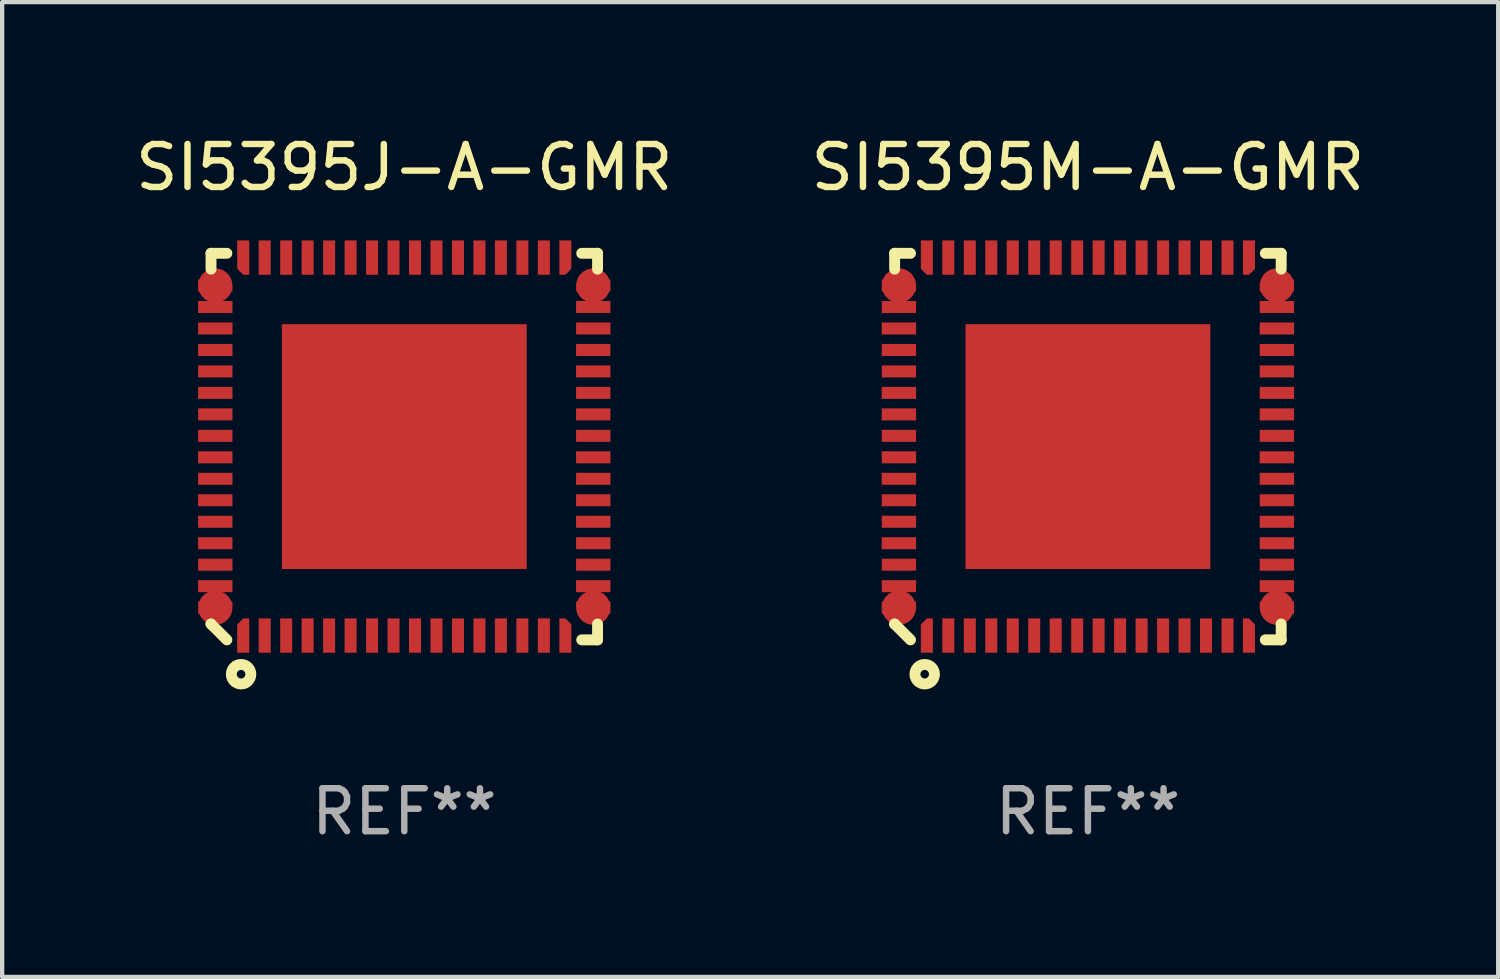
<source format=kicad_pcb>
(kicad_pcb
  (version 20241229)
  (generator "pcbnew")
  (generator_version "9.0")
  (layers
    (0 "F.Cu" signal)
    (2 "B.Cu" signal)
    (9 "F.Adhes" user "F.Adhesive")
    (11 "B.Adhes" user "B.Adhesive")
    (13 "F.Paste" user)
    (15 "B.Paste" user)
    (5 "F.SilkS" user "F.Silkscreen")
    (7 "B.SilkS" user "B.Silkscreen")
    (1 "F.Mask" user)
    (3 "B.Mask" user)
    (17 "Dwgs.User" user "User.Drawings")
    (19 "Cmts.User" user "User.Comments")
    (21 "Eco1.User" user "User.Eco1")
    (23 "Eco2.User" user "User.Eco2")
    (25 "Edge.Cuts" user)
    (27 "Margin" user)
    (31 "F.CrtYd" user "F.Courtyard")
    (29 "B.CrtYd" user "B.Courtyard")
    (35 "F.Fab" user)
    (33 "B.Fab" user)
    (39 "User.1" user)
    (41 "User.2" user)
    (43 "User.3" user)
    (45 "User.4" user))
  (footprint "SI5395M-A-GMR"
    (layer "F.Cu")
    (at 22.28 7.348)
    (property "Reference" "SI5395M-A-GMR" (at 0 -6.5 0) (layer "F.SilkS") (effects (font (size 1 1) (thickness 0.15))))
    (attr through_hole)
    (fp_line (start -4.5 -4.5) (end -4.5 -4.131) (stroke (width 0.254) (type solid)) (layer "F.SilkS"))
    (fp_line (start -4.5 4.131) (end -4.5 4.131) (stroke (width 0.254) (type solid)) (layer "F.SilkS"))
    (fp_line (start -4.5 4.131) (end -4.131 4.5) (stroke (width 0.254) (type solid)) (layer "F.SilkS"))
    (fp_line (start -4.131 -4.5) (end -4.5 -4.5) (stroke (width 0.254) (type solid)) (layer "F.SilkS"))
    (fp_line (start 4.131 4.5) (end 4.5 4.5) (stroke (width 0.254) (type solid)) (layer "F.SilkS"))
    (fp_line (start 4.5 -4.5) (end 4.131 -4.5) (stroke (width 0.254) (type solid)) (layer "F.SilkS"))
    (fp_line (start 4.5 -4.131) (end 4.5 -4.5) (stroke (width 0.254) (type solid)) (layer "F.SilkS"))
    (fp_line (start 4.5 4.5) (end 4.5 4.131) (stroke (width 0.254) (type solid)) (layer "F.SilkS"))
    (fp_circle (center -3.8 5.3) (end -3.7 5.3) (stroke (width 0.254) (type solid)) (fill no) (layer "F.SilkS"))
    (fp_text user "REF**" (at 0 8.5 0) (layer "F.Fab") (effects (font (size 1 1) (thickness 0.15))))
    (pad "1" smd custom (at -3.75 4.4) (size 0.28 0.8) (layers "F.Cu" "F.Mask" "F.Paste") (options (anchor circle)) (primitives (gr_poly (pts (xy -0.14 -0.26) (xy 0 -0.4) (xy 0.14 -0.4) (xy 0.14 0.4) (xy -0.14 0.4)) (width 0) (fill yes))))
    (pad "2" smd rect (at -3.25 4.4) (size 0.28 0.8) (layers "F.Cu" "F.Mask" "F.Paste"))
    (pad "3" smd rect (at -2.75 4.4) (size 0.28 0.8) (layers "F.Cu" "F.Mask" "F.Paste"))
    (pad "4" smd rect (at -2.25 4.4) (size 0.28 0.8) (layers "F.Cu" "F.Mask" "F.Paste"))
    (pad "5" smd rect (at -1.75 4.4) (size 0.28 0.8) (layers "F.Cu" "F.Mask" "F.Paste"))
    (pad "6" smd rect (at -1.25 4.4) (size 0.28 0.8) (layers "F.Cu" "F.Mask" "F.Paste"))
    (pad "7" smd rect (at -0.75 4.4) (size 0.28 0.8) (layers "F.Cu" "F.Mask" "F.Paste"))
    (pad "8" smd rect (at -0.25 4.4) (size 0.28 0.8) (layers "F.Cu" "F.Mask" "F.Paste"))
    (pad "9" smd rect (at 0.25 4.4) (size 0.28 0.8) (layers "F.Cu" "F.Mask" "F.Paste"))
    (pad "10" smd rect (at 0.75 4.4) (size 0.28 0.8) (layers "F.Cu" "F.Mask" "F.Paste"))
    (pad "11" smd rect (at 1.25 4.4) (size 0.28 0.8) (layers "F.Cu" "F.Mask" "F.Paste"))
    (pad "12" smd rect (at 1.75 4.4) (size 0.28 0.8) (layers "F.Cu" "F.Mask" "F.Paste"))
    (pad "13" smd rect (at 2.25 4.4) (size 0.28 0.8) (layers "F.Cu" "F.Mask" "F.Paste"))
    (pad "14" smd rect (at 2.75 4.4) (size 0.28 0.8) (layers "F.Cu" "F.Mask" "F.Paste"))
    (pad "15" smd rect (at 3.25 4.4) (size 0.28 0.8) (layers "F.Cu" "F.Mask" "F.Paste"))
    (pad "16" smd custom (at 3.75 4.4) (size 0.28 0.8) (layers "F.Cu" "F.Mask" "F.Paste") (options (anchor circle)) (primitives (gr_poly (pts (xy -0.14 -0.4) (xy 0 -0.4) (xy 0.14 -0.26) (xy 0.14 0.4) (xy -0.14 0.4)) (width 0) (fill yes))))
    (pad "17" smd custom (at 4.4 3.75) (size 0.8 0.28) (layers "F.Cu" "F.Mask" "F.Paste") (options (anchor circle)) (primitives (gr_poly (pts (xy -0.4 -0.14) (xy 0.4 -0.14) (xy 0.4 0.14) (xy -0.26 0.14) (xy -0.4 0)) (width 0) (fill yes))))
    (pad "18" smd rect (at 4.4 3.25) (size 0.8 0.28) (layers "F.Cu" "F.Mask" "F.Paste"))
    (pad "19" smd rect (at 4.4 2.75) (size 0.8 0.28) (layers "F.Cu" "F.Mask" "F.Paste"))
    (pad "20" smd rect (at 4.4 2.25) (size 0.8 0.28) (layers "F.Cu" "F.Mask" "F.Paste"))
    (pad "21" smd rect (at 4.4 1.75) (size 0.8 0.28) (layers "F.Cu" "F.Mask" "F.Paste"))
    (pad "22" smd rect (at 4.4 1.25) (size 0.8 0.28) (layers "F.Cu" "F.Mask" "F.Paste"))
    (pad "23" smd rect (at 4.4 0.75) (size 0.8 0.28) (layers "F.Cu" "F.Mask" "F.Paste"))
    (pad "24" smd rect (at 4.4 0.25) (size 0.8 0.28) (layers "F.Cu" "F.Mask" "F.Paste"))
    (pad "25" smd rect (at 4.4 -0.25) (size 0.8 0.28) (layers "F.Cu" "F.Mask" "F.Paste"))
    (pad "26" smd rect (at 4.4 -0.75) (size 0.8 0.28) (layers "F.Cu" "F.Mask" "F.Paste"))
    (pad "27" smd rect (at 4.4 -1.25) (size 0.8 0.28) (layers "F.Cu" "F.Mask" "F.Paste"))
    (pad "28" smd rect (at 4.4 -1.75) (size 0.8 0.28) (layers "F.Cu" "F.Mask" "F.Paste"))
    (pad "29" smd rect (at 4.4 -2.25) (size 0.8 0.28) (layers "F.Cu" "F.Mask" "F.Paste"))
    (pad "30" smd rect (at 4.4 -2.75) (size 0.8 0.28) (layers "F.Cu" "F.Mask" "F.Paste"))
    (pad "31" smd rect (at 4.4 -3.25) (size 0.8 0.28) (layers "F.Cu" "F.Mask" "F.Paste"))
    (pad "32" smd custom (at 4.4 -3.75) (size 0.8 0.28) (layers "F.Cu" "F.Mask" "F.Paste") (options (anchor circle)) (primitives (gr_poly (pts (xy -0.4 0) (xy -0.26 -0.14) (xy 0.4 -0.14) (xy 0.4 0.14) (xy -0.4 0.14)) (width 0) (fill yes))))
    (pad "33" smd custom (at 3.75 -4.4) (size 0.28 0.8) (layers "F.Cu" "F.Mask" "F.Paste") (options (anchor circle)) (primitives (gr_poly (pts (xy -0.14 -0.4) (xy 0.14 -0.4) (xy 0.14 0.26) (xy 0 0.4) (xy -0.14 0.4)) (width 0) (fill yes))))
    (pad "34" smd rect (at 3.25 -4.4) (size 0.28 0.8) (layers "F.Cu" "F.Mask" "F.Paste"))
    (pad "35" smd rect (at 2.75 -4.4) (size 0.28 0.8) (layers "F.Cu" "F.Mask" "F.Paste"))
    (pad "36" smd rect (at 2.25 -4.4) (size 0.28 0.8) (layers "F.Cu" "F.Mask" "F.Paste"))
    (pad "37" smd rect (at 1.75 -4.4) (size 0.28 0.8) (layers "F.Cu" "F.Mask" "F.Paste"))
    (pad "38" smd rect (at 1.25 -4.4) (size 0.28 0.8) (layers "F.Cu" "F.Mask" "F.Paste"))
    (pad "39" smd rect (at 0.75 -4.4) (size 0.28 0.8) (layers "F.Cu" "F.Mask" "F.Paste"))
    (pad "40" smd rect (at 0.25 -4.4) (size 0.28 0.8) (layers "F.Cu" "F.Mask" "F.Paste"))
    (pad "41" smd rect (at -0.25 -4.4) (size 0.28 0.8) (layers "F.Cu" "F.Mask" "F.Paste"))
    (pad "42" smd rect (at -0.75 -4.4) (size 0.28 0.8) (layers "F.Cu" "F.Mask" "F.Paste"))
    (pad "43" smd rect (at -1.25 -4.4) (size 0.28 0.8) (layers "F.Cu" "F.Mask" "F.Paste"))
    (pad "44" smd rect (at -1.75 -4.4) (size 0.28 0.8) (layers "F.Cu" "F.Mask" "F.Paste"))
    (pad "45" smd rect (at -2.25 -4.4) (size 0.28 0.8) (layers "F.Cu" "F.Mask" "F.Paste"))
    (pad "46" smd rect (at -2.75 -4.4) (size 0.28 0.8) (layers "F.Cu" "F.Mask" "F.Paste"))
    (pad "47" smd rect (at -3.25 -4.4) (size 0.28 0.8) (layers "F.Cu" "F.Mask" "F.Paste"))
    (pad "48" smd custom (at -3.75 -4.4) (size 0.28 0.8) (layers "F.Cu" "F.Mask" "F.Paste") (options (anchor circle)) (primitives (gr_poly (pts (xy -0.14 -0.4) (xy 0.14 -0.4) (xy 0.14 0.4) (xy 0 0.4) (xy -0.14 0.26)) (width 0) (fill yes))))
    (pad "49" smd custom (at -4.4 -3.75) (size 0.8 0.28) (layers "F.Cu" "F.Mask" "F.Paste") (options (anchor circle)) (primitives (gr_poly (pts (xy -0.4 -0.14) (xy 0.26 -0.14) (xy 0.4 0) (xy 0.4 0.14) (xy -0.4 0.14)) (width 0) (fill yes))))
    (pad "50" smd rect (at -4.4 -3.25) (size 0.8 0.28) (layers "F.Cu" "F.Mask" "F.Paste"))
    (pad "51" smd rect (at -4.4 -2.75) (size 0.8 0.28) (layers "F.Cu" "F.Mask" "F.Paste"))
    (pad "52" smd rect (at -4.4 -2.25) (size 0.8 0.28) (layers "F.Cu" "F.Mask" "F.Paste"))
    (pad "53" smd rect (at -4.4 -1.75) (size 0.8 0.28) (layers "F.Cu" "F.Mask" "F.Paste"))
    (pad "54" smd rect (at -4.4 -1.25) (size 0.8 0.28) (layers "F.Cu" "F.Mask" "F.Paste"))
    (pad "55" smd rect (at -4.4 -0.75) (size 0.8 0.28) (layers "F.Cu" "F.Mask" "F.Paste"))
    (pad "56" smd rect (at -4.4 -0.25) (size 0.8 0.28) (layers "F.Cu" "F.Mask" "F.Paste"))
    (pad "57" smd rect (at -4.4 0.25) (size 0.8 0.28) (layers "F.Cu" "F.Mask" "F.Paste"))
    (pad "58" smd rect (at -4.4 0.75) (size 0.8 0.28) (layers "F.Cu" "F.Mask" "F.Paste"))
    (pad "59" smd rect (at -4.4 1.25) (size 0.8 0.28) (layers "F.Cu" "F.Mask" "F.Paste"))
    (pad "60" smd rect (at -4.4 1.75) (size 0.8 0.28) (layers "F.Cu" "F.Mask" "F.Paste"))
    (pad "61" smd rect (at -4.4 2.25) (size 0.8 0.28) (layers "F.Cu" "F.Mask" "F.Paste"))
    (pad "62" smd rect (at -4.4 2.75) (size 0.8 0.28) (layers "F.Cu" "F.Mask" "F.Paste"))
    (pad "63" smd rect (at -4.4 3.25) (size 0.8 0.28) (layers "F.Cu" "F.Mask" "F.Paste"))
    (pad "64" smd custom (at -4.4 3.75) (size 0.8 0.28) (layers "F.Cu" "F.Mask" "F.Paste") (options (anchor circle)) (primitives (gr_poly (pts (xy -0.4 -0.14) (xy 0.4 -0.14) (xy 0.4 0) (xy 0.26 0.14) (xy -0.4 0.14)) (width 0) (fill yes))))
    (pad "65" smd rect (at 0.000152 0.000114) (size 5.7 5.7) (layers "F.Cu" "F.Mask" "F.Paste")))
  (footprint "SI5395J-A-GMR"
    (layer "F.Cu")
    (at 6.363 7.348)
    (property "Reference" "SI5395J-A-GMR" (at 0 -6.5 0) (layer "F.SilkS") (effects (font (size 1 1) (thickness 0.15))))
    (attr through_hole)
    (fp_line (start -4.5 -4.5) (end -4.5 -4.131) (stroke (width 0.254) (type solid)) (layer "F.SilkS"))
    (fp_line (start -4.5 4.131) (end -4.5 4.131) (stroke (width 0.254) (type solid)) (layer "F.SilkS"))
    (fp_line (start -4.5 4.131) (end -4.131 4.5) (stroke (width 0.254) (type solid)) (layer "F.SilkS"))
    (fp_line (start -4.131 -4.5) (end -4.5 -4.5) (stroke (width 0.254) (type solid)) (layer "F.SilkS"))
    (fp_line (start 4.131 4.5) (end 4.5 4.5) (stroke (width 0.254) (type solid)) (layer "F.SilkS"))
    (fp_line (start 4.5 -4.5) (end 4.131 -4.5) (stroke (width 0.254) (type solid)) (layer "F.SilkS"))
    (fp_line (start 4.5 -4.131) (end 4.5 -4.5) (stroke (width 0.254) (type solid)) (layer "F.SilkS"))
    (fp_line (start 4.5 4.5) (end 4.5 4.131) (stroke (width 0.254) (type solid)) (layer "F.SilkS"))
    (fp_circle (center -3.8 5.3) (end -3.7 5.3) (stroke (width 0.254) (type solid)) (fill no) (layer "F.SilkS"))
    (fp_text user "REF**" (at 0 8.5 0) (layer "F.Fab") (effects (font (size 1 1) (thickness 0.15))))
    (pad "1" smd custom (at -3.75 4.4) (size 0.28 0.8) (layers "F.Cu" "F.Mask" "F.Paste") (options (anchor circle)) (primitives (gr_poly (pts (xy -0.14 -0.26) (xy 0 -0.4) (xy 0.14 -0.4) (xy 0.14 0.4) (xy -0.14 0.4)) (width 0) (fill yes))))
    (pad "2" smd rect (at -3.25 4.4) (size 0.28 0.8) (layers "F.Cu" "F.Mask" "F.Paste"))
    (pad "3" smd rect (at -2.75 4.4) (size 0.28 0.8) (layers "F.Cu" "F.Mask" "F.Paste"))
    (pad "4" smd rect (at -2.25 4.4) (size 0.28 0.8) (layers "F.Cu" "F.Mask" "F.Paste"))
    (pad "5" smd rect (at -1.75 4.4) (size 0.28 0.8) (layers "F.Cu" "F.Mask" "F.Paste"))
    (pad "6" smd rect (at -1.25 4.4) (size 0.28 0.8) (layers "F.Cu" "F.Mask" "F.Paste"))
    (pad "7" smd rect (at -0.75 4.4) (size 0.28 0.8) (layers "F.Cu" "F.Mask" "F.Paste"))
    (pad "8" smd rect (at -0.25 4.4) (size 0.28 0.8) (layers "F.Cu" "F.Mask" "F.Paste"))
    (pad "9" smd rect (at 0.25 4.4) (size 0.28 0.8) (layers "F.Cu" "F.Mask" "F.Paste"))
    (pad "10" smd rect (at 0.75 4.4) (size 0.28 0.8) (layers "F.Cu" "F.Mask" "F.Paste"))
    (pad "11" smd rect (at 1.25 4.4) (size 0.28 0.8) (layers "F.Cu" "F.Mask" "F.Paste"))
    (pad "12" smd rect (at 1.75 4.4) (size 0.28 0.8) (layers "F.Cu" "F.Mask" "F.Paste"))
    (pad "13" smd rect (at 2.25 4.4) (size 0.28 0.8) (layers "F.Cu" "F.Mask" "F.Paste"))
    (pad "14" smd rect (at 2.75 4.4) (size 0.28 0.8) (layers "F.Cu" "F.Mask" "F.Paste"))
    (pad "15" smd rect (at 3.25 4.4) (size 0.28 0.8) (layers "F.Cu" "F.Mask" "F.Paste"))
    (pad "16" smd custom (at 3.75 4.4) (size 0.28 0.8) (layers "F.Cu" "F.Mask" "F.Paste") (options (anchor circle)) (primitives (gr_poly (pts (xy -0.14 -0.4) (xy 0 -0.4) (xy 0.14 -0.26) (xy 0.14 0.4) (xy -0.14 0.4)) (width 0) (fill yes))))
    (pad "17" smd custom (at 4.4 3.75) (size 0.8 0.28) (layers "F.Cu" "F.Mask" "F.Paste") (options (anchor circle)) (primitives (gr_poly (pts (xy -0.4 -0.14) (xy 0.4 -0.14) (xy 0.4 0.14) (xy -0.26 0.14) (xy -0.4 0)) (width 0) (fill yes))))
    (pad "18" smd rect (at 4.4 3.25) (size 0.8 0.28) (layers "F.Cu" "F.Mask" "F.Paste"))
    (pad "19" smd rect (at 4.4 2.75) (size 0.8 0.28) (layers "F.Cu" "F.Mask" "F.Paste"))
    (pad "20" smd rect (at 4.4 2.25) (size 0.8 0.28) (layers "F.Cu" "F.Mask" "F.Paste"))
    (pad "21" smd rect (at 4.4 1.75) (size 0.8 0.28) (layers "F.Cu" "F.Mask" "F.Paste"))
    (pad "22" smd rect (at 4.4 1.25) (size 0.8 0.28) (layers "F.Cu" "F.Mask" "F.Paste"))
    (pad "23" smd rect (at 4.4 0.75) (size 0.8 0.28) (layers "F.Cu" "F.Mask" "F.Paste"))
    (pad "24" smd rect (at 4.4 0.25) (size 0.8 0.28) (layers "F.Cu" "F.Mask" "F.Paste"))
    (pad "25" smd rect (at 4.4 -0.25) (size 0.8 0.28) (layers "F.Cu" "F.Mask" "F.Paste"))
    (pad "26" smd rect (at 4.4 -0.75) (size 0.8 0.28) (layers "F.Cu" "F.Mask" "F.Paste"))
    (pad "27" smd rect (at 4.4 -1.25) (size 0.8 0.28) (layers "F.Cu" "F.Mask" "F.Paste"))
    (pad "28" smd rect (at 4.4 -1.75) (size 0.8 0.28) (layers "F.Cu" "F.Mask" "F.Paste"))
    (pad "29" smd rect (at 4.4 -2.25) (size 0.8 0.28) (layers "F.Cu" "F.Mask" "F.Paste"))
    (pad "30" smd rect (at 4.4 -2.75) (size 0.8 0.28) (layers "F.Cu" "F.Mask" "F.Paste"))
    (pad "31" smd rect (at 4.4 -3.25) (size 0.8 0.28) (layers "F.Cu" "F.Mask" "F.Paste"))
    (pad "32" smd custom (at 4.4 -3.75) (size 0.8 0.28) (layers "F.Cu" "F.Mask" "F.Paste") (options (anchor circle)) (primitives (gr_poly (pts (xy -0.4 0) (xy -0.26 -0.14) (xy 0.4 -0.14) (xy 0.4 0.14) (xy -0.4 0.14)) (width 0) (fill yes))))
    (pad "33" smd custom (at 3.75 -4.4) (size 0.28 0.8) (layers "F.Cu" "F.Mask" "F.Paste") (options (anchor circle)) (primitives (gr_poly (pts (xy -0.14 -0.4) (xy 0.14 -0.4) (xy 0.14 0.26) (xy 0 0.4) (xy -0.14 0.4)) (width 0) (fill yes))))
    (pad "34" smd rect (at 3.25 -4.4) (size 0.28 0.8) (layers "F.Cu" "F.Mask" "F.Paste"))
    (pad "35" smd rect (at 2.75 -4.4) (size 0.28 0.8) (layers "F.Cu" "F.Mask" "F.Paste"))
    (pad "36" smd rect (at 2.25 -4.4) (size 0.28 0.8) (layers "F.Cu" "F.Mask" "F.Paste"))
    (pad "37" smd rect (at 1.75 -4.4) (size 0.28 0.8) (layers "F.Cu" "F.Mask" "F.Paste"))
    (pad "38" smd rect (at 1.25 -4.4) (size 0.28 0.8) (layers "F.Cu" "F.Mask" "F.Paste"))
    (pad "39" smd rect (at 0.75 -4.4) (size 0.28 0.8) (layers "F.Cu" "F.Mask" "F.Paste"))
    (pad "40" smd rect (at 0.25 -4.4) (size 0.28 0.8) (layers "F.Cu" "F.Mask" "F.Paste"))
    (pad "41" smd rect (at -0.25 -4.4) (size 0.28 0.8) (layers "F.Cu" "F.Mask" "F.Paste"))
    (pad "42" smd rect (at -0.75 -4.4) (size 0.28 0.8) (layers "F.Cu" "F.Mask" "F.Paste"))
    (pad "43" smd rect (at -1.25 -4.4) (size 0.28 0.8) (layers "F.Cu" "F.Mask" "F.Paste"))
    (pad "44" smd rect (at -1.75 -4.4) (size 0.28 0.8) (layers "F.Cu" "F.Mask" "F.Paste"))
    (pad "45" smd rect (at -2.25 -4.4) (size 0.28 0.8) (layers "F.Cu" "F.Mask" "F.Paste"))
    (pad "46" smd rect (at -2.75 -4.4) (size 0.28 0.8) (layers "F.Cu" "F.Mask" "F.Paste"))
    (pad "47" smd rect (at -3.25 -4.4) (size 0.28 0.8) (layers "F.Cu" "F.Mask" "F.Paste"))
    (pad "48" smd custom (at -3.75 -4.4) (size 0.28 0.8) (layers "F.Cu" "F.Mask" "F.Paste") (options (anchor circle)) (primitives (gr_poly (pts (xy -0.14 -0.4) (xy 0.14 -0.4) (xy 0.14 0.4) (xy 0 0.4) (xy -0.14 0.26)) (width 0) (fill yes))))
    (pad "49" smd custom (at -4.4 -3.75) (size 0.8 0.28) (layers "F.Cu" "F.Mask" "F.Paste") (options (anchor circle)) (primitives (gr_poly (pts (xy -0.4 -0.14) (xy 0.26 -0.14) (xy 0.4 0) (xy 0.4 0.14) (xy -0.4 0.14)) (width 0) (fill yes))))
    (pad "50" smd rect (at -4.4 -3.25) (size 0.8 0.28) (layers "F.Cu" "F.Mask" "F.Paste"))
    (pad "51" smd rect (at -4.4 -2.75) (size 0.8 0.28) (layers "F.Cu" "F.Mask" "F.Paste"))
    (pad "52" smd rect (at -4.4 -2.25) (size 0.8 0.28) (layers "F.Cu" "F.Mask" "F.Paste"))
    (pad "53" smd rect (at -4.4 -1.75) (size 0.8 0.28) (layers "F.Cu" "F.Mask" "F.Paste"))
    (pad "54" smd rect (at -4.4 -1.25) (size 0.8 0.28) (layers "F.Cu" "F.Mask" "F.Paste"))
    (pad "55" smd rect (at -4.4 -0.75) (size 0.8 0.28) (layers "F.Cu" "F.Mask" "F.Paste"))
    (pad "56" smd rect (at -4.4 -0.25) (size 0.8 0.28) (layers "F.Cu" "F.Mask" "F.Paste"))
    (pad "57" smd rect (at -4.4 0.25) (size 0.8 0.28) (layers "F.Cu" "F.Mask" "F.Paste"))
    (pad "58" smd rect (at -4.4 0.75) (size 0.8 0.28) (layers "F.Cu" "F.Mask" "F.Paste"))
    (pad "59" smd rect (at -4.4 1.25) (size 0.8 0.28) (layers "F.Cu" "F.Mask" "F.Paste"))
    (pad "60" smd rect (at -4.4 1.75) (size 0.8 0.28) (layers "F.Cu" "F.Mask" "F.Paste"))
    (pad "61" smd rect (at -4.4 2.25) (size 0.8 0.28) (layers "F.Cu" "F.Mask" "F.Paste"))
    (pad "62" smd rect (at -4.4 2.75) (size 0.8 0.28) (layers "F.Cu" "F.Mask" "F.Paste"))
    (pad "63" smd rect (at -4.4 3.25) (size 0.8 0.28) (layers "F.Cu" "F.Mask" "F.Paste"))
    (pad "64" smd custom (at -4.4 3.75) (size 0.8 0.28) (layers "F.Cu" "F.Mask" "F.Paste") (options (anchor circle)) (primitives (gr_poly (pts (xy -0.4 -0.14) (xy 0.4 -0.14) (xy 0.4 0) (xy 0.26 0.14) (xy -0.4 0.14)) (width 0) (fill yes))))
    (pad "65" smd rect (at 0.000152 0.000114) (size 5.7 5.7) (layers "F.Cu" "F.Mask" "F.Paste")))
  (gr_rect
    (start -3 -3)
    (end 31.833 19.697)
    (stroke (width 0.1) (type default))
    (fill no)
    (layer "Edge.Cuts")))
</source>
